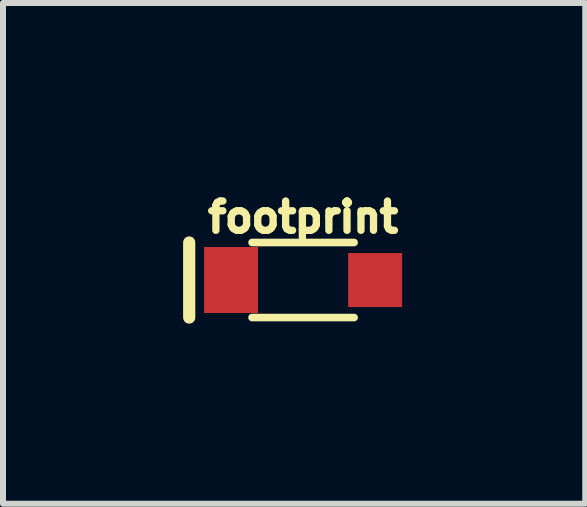
<source format=kicad_pcb>
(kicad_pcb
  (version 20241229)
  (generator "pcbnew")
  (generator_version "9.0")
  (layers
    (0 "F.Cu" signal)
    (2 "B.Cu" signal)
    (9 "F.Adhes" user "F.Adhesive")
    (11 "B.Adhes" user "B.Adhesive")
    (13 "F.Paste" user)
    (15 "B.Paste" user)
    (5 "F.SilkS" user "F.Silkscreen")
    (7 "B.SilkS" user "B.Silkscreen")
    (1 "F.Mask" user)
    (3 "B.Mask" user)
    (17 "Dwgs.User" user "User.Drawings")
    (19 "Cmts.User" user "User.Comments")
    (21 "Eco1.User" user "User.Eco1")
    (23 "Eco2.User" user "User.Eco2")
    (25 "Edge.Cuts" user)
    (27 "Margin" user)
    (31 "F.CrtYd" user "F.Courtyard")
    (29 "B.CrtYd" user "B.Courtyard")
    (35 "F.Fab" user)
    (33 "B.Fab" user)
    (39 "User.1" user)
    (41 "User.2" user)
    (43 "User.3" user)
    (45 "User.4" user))
  (footprint "footprint"
    (layer "F.Cu")
    (at 1.999 1.615)
    (property "Reference" "footprint" (at 0 -0.762 0) (layer "F.SilkS") (effects (font (size 0.488 0.488) (thickness 0.122)) (justify bottom)))
    (fp_line (start -1.897 -0.625) (end -1.897 0.625) (stroke (width 0.203) (type solid)) (layer "F.SilkS"))
    (fp_line (start -0.85 -0.625) (end 0.85 -0.625) (stroke (width 0.127) (type solid)) (layer "F.SilkS"))
    (fp_line (start -0.85 0.625) (end 0.85 0.625) (stroke (width 0.127) (type solid)) (layer "F.SilkS"))
    (pad "A" smd rect (at 1.2 0) (size 0.9 0.9) (layers "F.Cu" "F.Mask" "F.Paste"))
    (pad "C" smd rect (at -1.2 0) (size 0.9 1.1) (layers "F.Cu" "F.Mask" "F.Paste")))
  (gr_rect
    (start -3 -3)
    (end 6.7 5.342)
    (stroke (width 0.1) (type default))
    (fill no)
    (layer "Edge.Cuts")))
</source>
